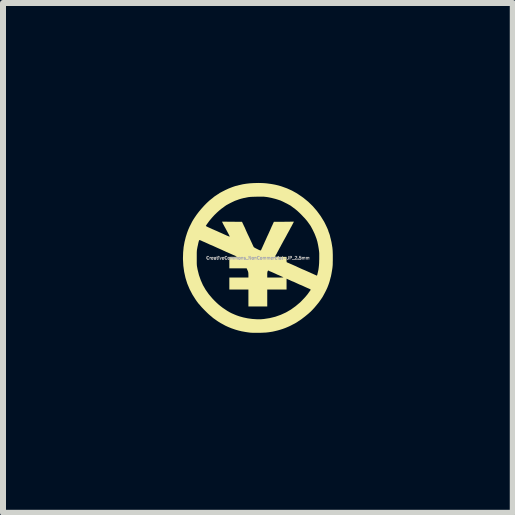
<source format=kicad_pcb>
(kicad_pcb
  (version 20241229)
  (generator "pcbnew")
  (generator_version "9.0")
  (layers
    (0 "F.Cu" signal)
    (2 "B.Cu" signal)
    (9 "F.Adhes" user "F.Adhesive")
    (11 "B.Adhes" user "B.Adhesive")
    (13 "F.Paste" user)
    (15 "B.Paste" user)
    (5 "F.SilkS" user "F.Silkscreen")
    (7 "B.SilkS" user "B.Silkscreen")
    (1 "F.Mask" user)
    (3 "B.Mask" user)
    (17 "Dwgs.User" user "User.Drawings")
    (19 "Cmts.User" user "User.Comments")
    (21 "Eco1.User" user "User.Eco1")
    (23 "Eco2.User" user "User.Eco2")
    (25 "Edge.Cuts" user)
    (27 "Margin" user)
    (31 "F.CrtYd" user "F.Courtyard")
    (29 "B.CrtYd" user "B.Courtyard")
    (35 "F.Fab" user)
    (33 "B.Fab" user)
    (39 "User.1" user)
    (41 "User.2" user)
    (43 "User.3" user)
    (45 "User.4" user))
  (footprint "CreativeCommons_NonCommercial-JP_2.5mm"
    (layer "F.Cu")
    (at 1.25 1.25)
    (property "Reference" "CreativeCommons_NonCommercial-JP_2.5mm" (at 0 0 0) (layer "F.Fab") (effects (font (size 0.05 0.05) (thickness 0.013))))
    (attr board_only exclude_from_pos_files exclude_from_bom)
    (fp_poly (pts (xy 0.051 -1.249) (xy 0.083 -1.248) (xy 0.114 -1.246) (xy 0.147 -1.243) (xy 0.184 -1.238) (xy 0.214 -1.234) (xy 0.25 -1.228) (xy 0.282 -1.222) (xy 0.313 -1.215) (xy 0.346 -1.207) (xy 0.383 -1.196) (xy 0.398 -1.191) (xy 0.484 -1.16) (xy 0.568 -1.122) (xy 0.649 -1.077) (xy 0.729 -1.023) (xy 0.757 -1.003) (xy 0.839 -0.936) (xy 0.914 -0.863) (xy 0.983 -0.783) (xy 1.046 -0.697) (xy 1.102 -0.606) (xy 1.105 -0.601) (xy 1.114 -0.583) (xy 1.125 -0.561) (xy 1.136 -0.538) (xy 1.147 -0.515) (xy 1.157 -0.493) (xy 1.165 -0.474) (xy 1.17 -0.461) (xy 1.173 -0.453) (xy 1.173 -0.453) (xy 1.174 -0.447) (xy 1.178 -0.435) (xy 1.184 -0.42) (xy 1.191 -0.401) (xy 1.197 -0.383) (xy 1.2 -0.372) (xy 1.203 -0.359) (xy 1.207 -0.34) (xy 1.213 -0.319) (xy 1.215 -0.309) (xy 1.22 -0.288) (xy 1.226 -0.262) (xy 1.231 -0.232) (xy 1.236 -0.203) (xy 1.237 -0.195) (xy 1.241 -0.172) (xy 1.243 -0.151) (xy 1.245 -0.13) (xy 1.246 -0.108) (xy 1.247 -0.082) (xy 1.248 -0.051) (xy 1.248 -0.014) (xy 1.248 0.002) (xy 1.248 0.041) (xy 1.247 0.073) (xy 1.247 0.099) (xy 1.246 0.122) (xy 1.244 0.142) (xy 1.242 0.162) (xy 1.239 0.183) (xy 1.235 0.208) (xy 1.235 0.209) (xy 1.23 0.238) (xy 1.225 0.266) (xy 1.22 0.291) (xy 1.216 0.311) (xy 1.213 0.32) (xy 1.208 0.339) (xy 1.203 0.358) (xy 1.2 0.37) (xy 1.196 0.385) (xy 1.19 0.405) (xy 1.182 0.429) (xy 1.173 0.454) (xy 1.164 0.477) (xy 1.158 0.493) (xy 1.149 0.513) (xy 1.137 0.538) (xy 1.123 0.566) (xy 1.108 0.594) (xy 1.094 0.62) (xy 1.082 0.642) (xy 1.075 0.654) (xy 1.046 0.697) (xy 1.013 0.743) (xy 0.976 0.788) (xy 0.939 0.832) (xy 0.902 0.872) (xy 0.866 0.907) (xy 0.863 0.909) (xy 0.84 0.93) (xy 0.813 0.952) (xy 0.784 0.976) (xy 0.755 0.998) (xy 0.728 1.019) (xy 0.705 1.035) (xy 0.693 1.043) (xy 0.674 1.055) (xy 0.654 1.069) (xy 0.641 1.077) (xy 0.626 1.086) (xy 0.604 1.098) (xy 0.578 1.111) (xy 0.55 1.126) (xy 0.521 1.14) (xy 0.493 1.152) (xy 0.489 1.154) (xy 0.455 1.168) (xy 0.414 1.183) (xy 0.37 1.197) (xy 0.324 1.21) (xy 0.282 1.22) (xy 0.242 1.229) (xy 0.204 1.235) (xy 0.168 1.24) (xy 0.129 1.244) (xy 0.086 1.246) (xy 0.038 1.248) (xy 0.016 1.248) (xy -0.018 1.248) (xy -0.05 1.248) (xy -0.08 1.248) (xy -0.104 1.247) (xy -0.123 1.246) (xy -0.132 1.245) (xy -0.177 1.239) (xy -0.215 1.233) (xy -0.248 1.227) (xy -0.276 1.222) (xy -0.303 1.215) (xy -0.314 1.213) (xy -0.377 1.195) (xy -0.438 1.174) (xy -0.495 1.151) (xy -0.547 1.127) (xy -0.566 1.116) (xy -0.583 1.107) (xy -0.599 1.098) (xy -0.61 1.092) (xy -0.611 1.092) (xy -0.623 1.085) (xy -0.639 1.075) (xy -0.659 1.063) (xy -0.68 1.049) (xy -0.701 1.034) (xy -0.721 1.02) (xy -0.738 1.008) (xy -0.751 0.999) (xy -0.757 0.993) (xy -0.762 0.988) (xy -0.773 0.979) (xy -0.787 0.967) (xy -0.791 0.964) (xy -0.81 0.948) (xy -0.834 0.926) (xy -0.86 0.901) (xy -0.887 0.874) (xy -0.913 0.847) (xy -0.937 0.822) (xy -0.956 0.8) (xy -0.958 0.798) (xy -0.971 0.782) (xy -0.983 0.769) (xy -0.991 0.76) (xy -0.994 0.757) (xy -0.998 0.752) (xy -1.006 0.74) (xy -1.018 0.725) (xy -1.031 0.706) (xy -1.036 0.699) (xy -1.092 0.611) (xy -1.139 0.521) (xy -1.178 0.428) (xy -1.208 0.332) (xy -1.23 0.232) (xy -1.244 0.129) (xy -1.249 0.037) (xy -1.02 0.037) (xy -1.02 0.067) (xy -1.02 0.09) (xy -1.019 0.11) (xy -1.018 0.126) (xy -1.016 0.141) (xy -1.013 0.157) (xy -1.01 0.174) (xy -1.006 0.195) (xy -1.006 0.195) (xy -0.983 0.287) (xy -0.953 0.372) (xy -0.917 0.453) (xy -0.873 0.529) (xy -0.821 0.603) (xy -0.761 0.674) (xy -0.721 0.716) (xy -0.688 0.748) (xy -0.656 0.777) (xy -0.624 0.803) (xy -0.589 0.83) (xy -0.549 0.857) (xy -0.507 0.885) (xy -0.476 0.903) (xy -0.439 0.922) (xy -0.398 0.94) (xy -0.354 0.958) (xy -0.311 0.973) (xy -0.242 0.992) (xy -0.169 1.007) (xy -0.094 1.017) (xy -0.02 1.022) (xy 0.051 1.022) (xy 0.098 1.018) (xy 0.196 1.003) (xy 0.29 0.98) (xy 0.38 0.948) (xy 0.466 0.909) (xy 0.549 0.861) (xy 0.628 0.804) (xy 0.704 0.74) (xy 0.707 0.737) (xy 0.725 0.719) (xy 0.746 0.697) (xy 0.769 0.673) (xy 0.791 0.649) (xy 0.81 0.626) (xy 0.826 0.607) (xy 0.831 0.6) (xy 0.844 0.582) (xy 0.855 0.566) (xy 0.864 0.554) (xy 0.868 0.549) (xy 0.876 0.537) (xy 0.879 0.529) (xy 0.874 0.523) (xy 0.862 0.517) (xy 0.856 0.514) (xy 0.823 0.5) (xy 0.785 0.483) (xy 0.746 0.465) (xy 0.742 0.463) (xy 0.728 0.457) (xy 0.717 0.452) (xy 0.711 0.45) (xy 0.711 0.45) (xy 0.706 0.448) (xy 0.695 0.444) (xy 0.68 0.437) (xy 0.68 0.437) (xy 0.65 0.423) (xy 0.626 0.412) (xy 0.609 0.404) (xy 0.598 0.399) (xy 0.591 0.396) (xy 0.589 0.395) (xy 0.588 0.395) (xy 0.583 0.394) (xy 0.571 0.388) (xy 0.553 0.381) (xy 0.531 0.37) (xy 0.505 0.359) (xy 0.501 0.357) (xy 0.477 0.346) (xy 0.477 0.527) (xy 0.155 0.527) (xy 0.155 0.809) (xy -0.159 0.809) (xy -0.159 0.527) (xy -0.477 0.527) (xy -0.477 0.327) (xy -0.159 0.327) (xy 0.155 0.327) (xy 0.294 0.327) (xy 0.335 0.327) (xy 0.367 0.326) (xy 0.391 0.326) (xy 0.409 0.325) (xy 0.419 0.324) (xy 0.424 0.323) (xy 0.423 0.322) (xy 0.423 0.322) (xy 0.414 0.317) (xy 0.399 0.311) (xy 0.381 0.303) (xy 0.373 0.299) (xy 0.357 0.292) (xy 0.343 0.286) (xy 0.335 0.282) (xy 0.334 0.282) (xy 0.332 0.281) (xy 0.328 0.28) (xy 0.321 0.277) (xy 0.309 0.271) (xy 0.292 0.263) (xy 0.268 0.252) (xy 0.243 0.241) (xy 0.227 0.234) (xy 0.213 0.228) (xy 0.205 0.225) (xy 0.192 0.22) (xy 0.184 0.215) (xy 0.175 0.21) (xy 0.169 0.211) (xy 0.163 0.22) (xy 0.161 0.223) (xy 0.158 0.234) (xy 0.155 0.253) (xy 0.155 0.278) (xy 0.155 0.282) (xy 0.155 0.327) (xy -0.159 0.327) (xy -0.159 0.282) (xy -0.16 0.253) (xy -0.163 0.233) (xy -0.166 0.224) (xy -0.171 0.212) (xy -0.178 0.196) (xy -0.18 0.192) (xy -0.188 0.173) (xy -0.477 0.173) (xy -0.477 -0.018) (xy -0.413 -0.018) (xy -0.386 -0.018) (xy -0.368 -0.019) (xy -0.358 -0.02) (xy -0.356 -0.023) (xy -0.363 -0.028) (xy -0.377 -0.035) (xy -0.395 -0.043) (xy -0.415 -0.051) (xy -0.435 -0.06) (xy -0.448 -0.066) (xy -0.463 -0.072) (xy -0.482 -0.081) (xy -0.503 -0.09) (xy -0.509 -0.093) (xy -0.529 -0.101) (xy -0.548 -0.11) (xy -0.562 -0.117) (xy -0.566 -0.118) (xy -0.587 -0.128) (xy -0.613 -0.14) (xy -0.638 -0.151) (xy -0.656 -0.159) (xy -0.694 -0.176) (xy -0.74 -0.197) (xy -0.753 -0.203) (xy -0.769 -0.21) (xy -0.782 -0.215) (xy -0.789 -0.218) (xy -0.789 -0.218) (xy -0.795 -0.22) (xy -0.806 -0.225) (xy -0.815 -0.229) (xy -0.829 -0.236) (xy -0.849 -0.245) (xy -0.871 -0.255) (xy -0.886 -0.262) (xy -0.908 -0.271) (xy -0.928 -0.28) (xy -0.945 -0.288) (xy -0.953 -0.292) (xy -0.966 -0.296) (xy -0.975 -0.298) (xy -0.977 -0.298) (xy -0.98 -0.295) (xy -0.983 -0.288) (xy -0.986 -0.278) (xy -0.991 -0.261) (xy -0.996 -0.239) (xy -1.002 -0.209) (xy -1.006 -0.193) (xy -1.01 -0.173) (xy -1.013 -0.156) (xy -1.016 -0.14) (xy -1.018 -0.125) (xy -1.019 -0.108) (xy -1.02 -0.088) (xy -1.02 -0.064) (xy -1.02 -0.034) (xy -1.02 0) (xy -1.02 0.037) (xy -1.249 0.037) (xy -1.25 0.022) (xy -1.25 0) (xy -1.247 -0.093) (xy -1.239 -0.18) (xy -1.224 -0.265) (xy -1.203 -0.35) (xy -1.182 -0.416) (xy -1.173 -0.441) (xy -1.165 -0.462) (xy -1.157 -0.482) (xy -1.147 -0.504) (xy -1.136 -0.529) (xy -1.132 -0.535) (xy -0.868 -0.535) (xy -0.866 -0.532) (xy -0.861 -0.528) (xy -0.85 -0.522) (xy -0.834 -0.514) (xy -0.812 -0.504) (xy -0.783 -0.491) (xy -0.75 -0.476) (xy -0.733 -0.469) (xy -0.716 -0.461) (xy -0.711 -0.459) (xy -0.699 -0.454) (xy -0.681 -0.446) (xy -0.661 -0.437) (xy -0.655 -0.434) (xy -0.635 -0.425) (xy -0.616 -0.417) (xy -0.601 -0.41) (xy -0.598 -0.409) (xy -0.568 -0.395) (xy -0.541 -0.383) (xy -0.517 -0.372) (xy -0.496 -0.364) (xy -0.482 -0.358) (xy -0.474 -0.356) (xy -0.472 -0.356) (xy -0.472 -0.357) (xy -0.472 -0.36) (xy -0.474 -0.366) (xy -0.479 -0.376) (xy -0.485 -0.389) (xy -0.495 -0.408) (xy -0.508 -0.432) (xy -0.524 -0.462) (xy -0.544 -0.499) (xy -0.555 -0.518) (xy -0.566 -0.539) (xy -0.577 -0.559) (xy -0.585 -0.576) (xy -0.59 -0.585) (xy -0.599 -0.605) (xy -0.266 -0.602) (xy -0.258 -0.586) (xy -0.251 -0.571) (xy -0.242 -0.552) (xy -0.233 -0.532) (xy -0.223 -0.513) (xy -0.215 -0.495) (xy -0.209 -0.481) (xy -0.205 -0.472) (xy -0.205 -0.47) (xy -0.204 -0.468) (xy -0.202 -0.464) (xy -0.198 -0.455) (xy -0.192 -0.442) (xy -0.184 -0.424) (xy -0.173 -0.4) (xy -0.158 -0.369) (xy -0.145 -0.342) (xy -0.121 -0.29) (xy -0.1 -0.245) (xy -0.091 -0.225) (xy -0.083 -0.208) (xy -0.076 -0.194) (xy -0.072 -0.184) (xy -0.072 -0.183) (xy -0.066 -0.178) (xy -0.054 -0.17) (xy -0.038 -0.161) (xy -0.018 -0.151) (xy 0.002 -0.141) (xy 0.021 -0.132) (xy 0.037 -0.126) (xy 0.039 -0.126) (xy 0.043 -0.125) (xy 0.046 -0.125) (xy 0.049 -0.128) (xy 0.054 -0.135) (xy 0.059 -0.147) (xy 0.067 -0.164) (xy 0.078 -0.188) (xy 0.08 -0.193) (xy 0.09 -0.215) (xy 0.102 -0.241) (xy 0.114 -0.269) (xy 0.128 -0.299) (xy 0.141 -0.328) (xy 0.153 -0.355) (xy 0.164 -0.378) (xy 0.172 -0.395) (xy 0.175 -0.402) (xy 0.183 -0.419) (xy 0.192 -0.44) (xy 0.198 -0.452) (xy 0.205 -0.468) (xy 0.214 -0.489) (xy 0.224 -0.512) (xy 0.232 -0.53) (xy 0.242 -0.55) (xy 0.25 -0.569) (xy 0.257 -0.583) (xy 0.26 -0.591) (xy 0.266 -0.602) (xy 0.433 -0.603) (xy 0.6 -0.605) (xy 0.581 -0.569) (xy 0.57 -0.548) (xy 0.558 -0.525) (xy 0.544 -0.501) (xy 0.532 -0.477) (xy 0.52 -0.455) (xy 0.51 -0.437) (xy 0.503 -0.424) (xy 0.5 -0.418) (xy 0.496 -0.412) (xy 0.489 -0.399) (xy 0.48 -0.382) (xy 0.469 -0.361) (xy 0.464 -0.352) (xy 0.452 -0.331) (xy 0.442 -0.312) (xy 0.433 -0.297) (xy 0.428 -0.288) (xy 0.427 -0.286) (xy 0.424 -0.28) (xy 0.417 -0.268) (xy 0.408 -0.25) (xy 0.396 -0.229) (xy 0.388 -0.214) (xy 0.375 -0.189) (xy 0.362 -0.166) (xy 0.351 -0.146) (xy 0.343 -0.13) (xy 0.34 -0.125) (xy 0.331 -0.108) (xy 0.32 -0.088) (xy 0.315 -0.077) (xy 0.306 -0.061) (xy 0.298 -0.048) (xy 0.294 -0.041) (xy 0.289 -0.033) (xy 0.287 -0.028) (xy 0.288 -0.024) (xy 0.293 -0.021) (xy 0.304 -0.02) (xy 0.32 -0.019) (xy 0.344 -0.018) (xy 0.376 -0.018) (xy 0.382 -0.018) (xy 0.477 -0.018) (xy 0.477 0.027) (xy 0.477 0.048) (xy 0.478 0.061) (xy 0.479 0.069) (xy 0.482 0.073) (xy 0.487 0.075) (xy 0.487 0.075) (xy 0.497 0.079) (xy 0.511 0.085) (xy 0.525 0.091) (xy 0.542 0.099) (xy 0.564 0.108) (xy 0.586 0.118) (xy 0.591 0.12) (xy 0.611 0.129) (xy 0.632 0.138) (xy 0.649 0.146) (xy 0.652 0.148) (xy 0.7 0.17) (xy 0.742 0.189) (xy 0.764 0.198) (xy 0.781 0.205) (xy 0.803 0.215) (xy 0.826 0.225) (xy 0.839 0.231) (xy 0.86 0.24) (xy 0.882 0.25) (xy 0.901 0.259) (xy 0.909 0.262) (xy 0.928 0.271) (xy 0.948 0.28) (xy 0.957 0.284) (xy 0.97 0.29) (xy 0.979 0.294) (xy 0.982 0.295) (xy 0.985 0.291) (xy 0.989 0.282) (xy 0.99 0.276) (xy 1 0.235) (xy 1.008 0.198) (xy 1.013 0.162) (xy 1.017 0.125) (xy 1.02 0.084) (xy 1.021 0.037) (xy 1.022 0.024) (xy 1.022 -0.016) (xy 1.022 -0.049) (xy 1.022 -0.077) (xy 1.02 -0.103) (xy 1.017 -0.128) (xy 1.013 -0.155) (xy 1.008 -0.185) (xy 1.002 -0.218) (xy 0.991 -0.27) (xy 0.977 -0.318) (xy 0.959 -0.366) (xy 0.951 -0.386) (xy 0.943 -0.406) (xy 0.932 -0.429) (xy 0.92 -0.454) (xy 0.907 -0.48) (xy 0.894 -0.504) (xy 0.883 -0.525) (xy 0.873 -0.541) (xy 0.867 -0.55) (xy 0.861 -0.558) (xy 0.851 -0.572) (xy 0.839 -0.589) (xy 0.826 -0.607) (xy 0.806 -0.632) (xy 0.781 -0.661) (xy 0.751 -0.692) (xy 0.72 -0.725) (xy 0.688 -0.756) (xy 0.657 -0.785) (xy 0.628 -0.809) (xy 0.607 -0.826) (xy 0.588 -0.839) (xy 0.571 -0.852) (xy 0.557 -0.862) (xy 0.549 -0.869) (xy 0.54 -0.874) (xy 0.524 -0.883) (xy 0.504 -0.894) (xy 0.48 -0.907) (xy 0.455 -0.919) (xy 0.43 -0.932) (xy 0.407 -0.943) (xy 0.387 -0.952) (xy 0.372 -0.959) (xy 0.368 -0.96) (xy 0.334 -0.971) (xy 0.296 -0.983) (xy 0.257 -0.993) (xy 0.221 -1.002) (xy 0.211 -1.004) (xy 0.181 -1.01) (xy 0.153 -1.015) (xy 0.127 -1.018) (xy 0.101 -1.021) (xy 0.072 -1.022) (xy 0.039 -1.022) (xy -0.000278 -1.022) (xy -0.024 -1.021) (xy -0.063 -1.02) (xy -0.093 -1.019) (xy -0.118 -1.018) (xy -0.139 -1.016) (xy -0.157 -1.014) (xy -0.173 -1.011) (xy -0.184 -1.009) (xy -0.206 -1.004) (xy -0.227 -1) (xy -0.244 -0.997) (xy -0.25 -0.995) (xy -0.267 -0.991) (xy -0.289 -0.985) (xy -0.315 -0.977) (xy -0.342 -0.967) (xy -0.368 -0.958) (xy -0.389 -0.95) (xy -0.393 -0.948) (xy -0.42 -0.935) (xy -0.449 -0.921) (xy -0.478 -0.906) (xy -0.504 -0.892) (xy -0.528 -0.879) (xy -0.545 -0.867) (xy -0.554 -0.861) (xy -0.56 -0.856) (xy -0.572 -0.847) (xy -0.588 -0.835) (xy -0.607 -0.822) (xy -0.609 -0.82) (xy -0.646 -0.79) (xy -0.686 -0.754) (xy -0.727 -0.714) (xy -0.766 -0.671) (xy -0.803 -0.627) (xy -0.82 -0.605) (xy -0.835 -0.584) (xy -0.849 -0.565) (xy -0.859 -0.55) (xy -0.866 -0.539) (xy -0.868 -0.535) (xy -1.132 -0.535) (xy -1.124 -0.552) (xy -1.113 -0.573) (xy -1.105 -0.59) (xy -1.097 -0.605) (xy -1.089 -0.619) (xy -1.079 -0.636) (xy -1.066 -0.656) (xy -1.055 -0.673) (xy -1.022 -0.721) (xy -0.984 -0.771) (xy -0.942 -0.821) (xy -0.898 -0.87) (xy -0.854 -0.915) (xy -0.811 -0.955) (xy -0.775 -0.984) (xy -0.758 -0.997) (xy -0.744 -1.009) (xy -0.734 -1.017) (xy -0.73 -1.021) (xy -0.724 -1.025) (xy -0.712 -1.033) (xy -0.697 -1.043) (xy -0.686 -1.05) (xy -0.67 -1.061) (xy -0.656 -1.069) (xy -0.648 -1.075) (xy -0.645 -1.077) (xy -0.64 -1.081) (xy -0.628 -1.088) (xy -0.611 -1.097) (xy -0.59 -1.108) (xy -0.568 -1.119) (xy -0.545 -1.131) (xy -0.523 -1.141) (xy -0.504 -1.15) (xy -0.491 -1.156) (xy -0.456 -1.17) (xy -0.425 -1.182) (xy -0.399 -1.191) (xy -0.378 -1.198) (xy -0.368 -1.2) (xy -0.357 -1.203) (xy -0.339 -1.207) (xy -0.319 -1.213) (xy -0.309 -1.215) (xy -0.254 -1.228) (xy -0.197 -1.237) (xy -0.136 -1.244) (xy -0.069 -1.248) (xy -0.028 -1.249) (xy 0.014 -1.25)) (stroke (width 0) (type solid)) (fill yes) (layer "F.SilkS")))
  (gr_rect
    (start -3 -3)
    (end 5.498 5.498)
    (stroke (width 0.1) (type default))
    (fill no)
    (layer "Edge.Cuts")))
</source>
